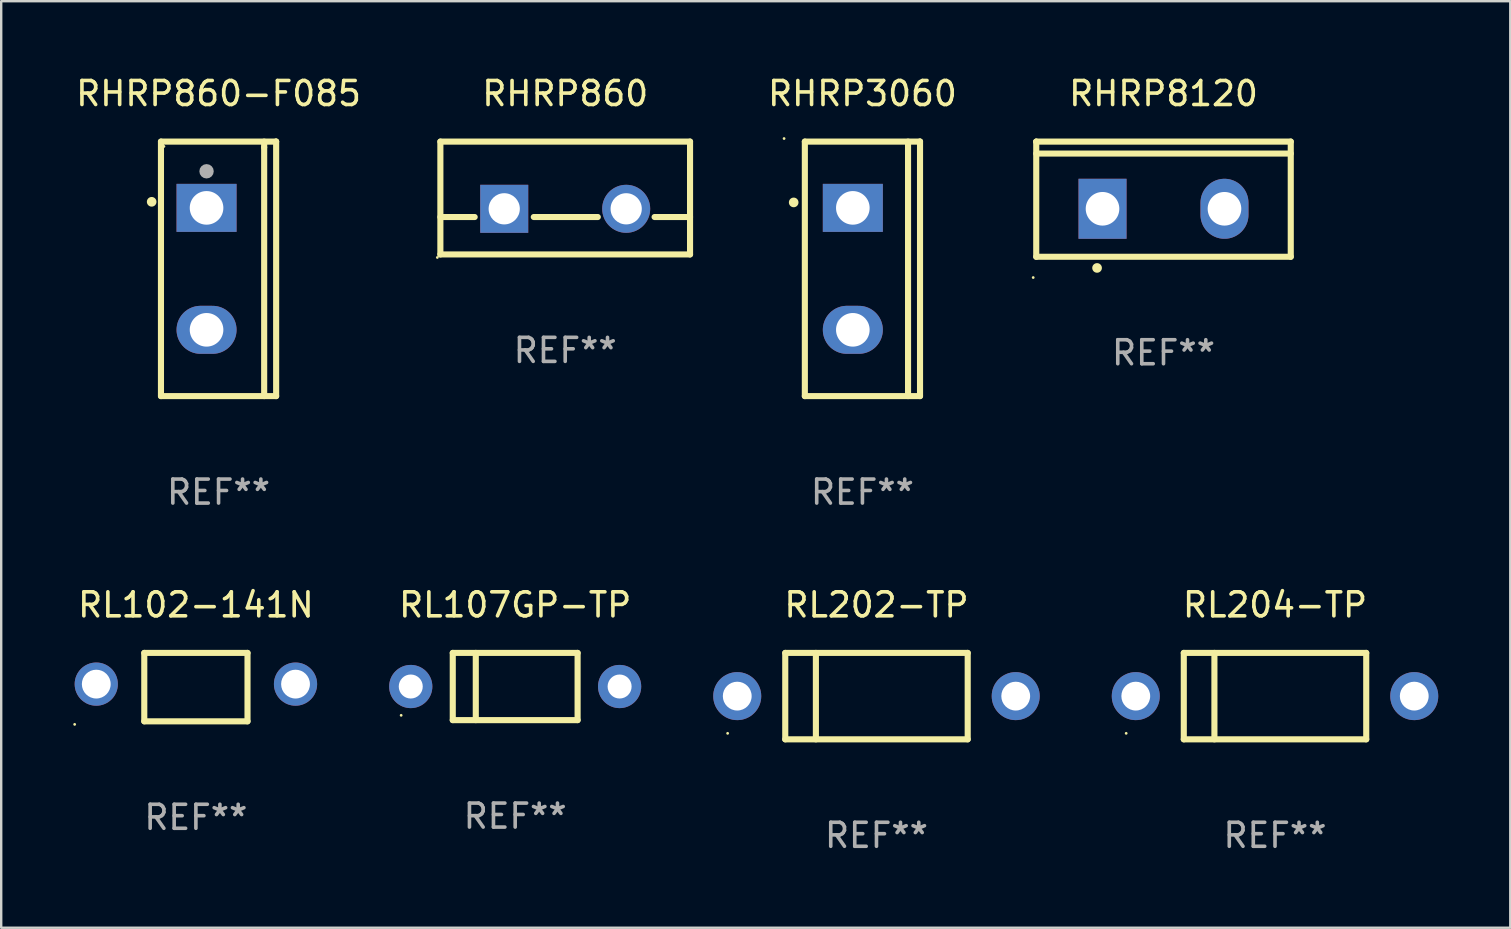
<source format=kicad_pcb>
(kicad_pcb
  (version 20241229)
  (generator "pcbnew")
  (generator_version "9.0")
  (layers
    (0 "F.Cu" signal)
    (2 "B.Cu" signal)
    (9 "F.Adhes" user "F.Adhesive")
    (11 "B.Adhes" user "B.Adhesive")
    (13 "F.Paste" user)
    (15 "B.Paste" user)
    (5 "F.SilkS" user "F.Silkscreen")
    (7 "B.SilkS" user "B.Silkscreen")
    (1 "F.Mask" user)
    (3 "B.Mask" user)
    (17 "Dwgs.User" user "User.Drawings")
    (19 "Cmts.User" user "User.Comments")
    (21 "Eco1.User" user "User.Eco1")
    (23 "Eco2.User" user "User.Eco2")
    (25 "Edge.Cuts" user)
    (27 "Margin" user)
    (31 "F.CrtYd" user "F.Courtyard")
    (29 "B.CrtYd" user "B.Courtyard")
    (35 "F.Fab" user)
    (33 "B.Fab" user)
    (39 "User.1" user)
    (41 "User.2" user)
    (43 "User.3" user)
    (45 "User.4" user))
  (footprint "RHRP860"
    (layer "F.Cu")
    (at 20.494 5.198)
    (property "Reference" "RHRP860" (at 0 -4.35 0) (layer "F.SilkS") (effects (font (size 1 1) (thickness 0.15))))
    (attr through_hole)
    (fp_line (start -5.2 -2.35) (end -5.2 2.35) (stroke (width 0.254) (type solid)) (layer "F.SilkS"))
    (fp_line (start -5.2 -2.35) (end 5.2 -2.35) (stroke (width 0.254) (type solid)) (layer "F.SilkS"))
    (fp_line (start -5.2 0.792) (end -3.771 0.792) (stroke (width 0.254) (type solid)) (layer "F.SilkS"))
    (fp_line (start -5.2 2.35) (end 5.2 2.35) (stroke (width 0.254) (type solid)) (layer "F.SilkS"))
    (fp_line (start -1.309 0.792) (end 1.357 0.792) (stroke (width 0.254) (type solid)) (layer "F.SilkS"))
    (fp_line (start 3.723 0.792) (end 5.2 0.792) (stroke (width 0.254) (type solid)) (layer "F.SilkS"))
    (fp_line (start 5.2 -2.35) (end 5.2 2.35) (stroke (width 0.254) (type solid)) (layer "F.SilkS"))
    (fp_circle (center -5.327 2.477) (end -5.297 2.477) (stroke (width 0.06) (type solid)) (fill no) (layer "F.SilkS"))
    (fp_text user "REF**" (at 0 6.35 0) (layer "F.Fab") (effects (font (size 1 1) (thickness 0.15))))
    (pad "1" thru_hole rect (at -2.54 0.45) (size 2 2) (drill 1.3) (layers "*.Cu" "*.Mask"))
    (pad "2" thru_hole circle (at 2.54 0.45) (size 2 2) (drill 1.3) (layers "*.Cu" "*.Mask")))
  (footprint "RHRP860-F085"
    (layer "F.Cu")
    (at 6.054 8.149)
    (property "Reference" "RHRP860-F085" (at 0 -7.301 0) (layer "F.SilkS") (effects (font (size 1 1) (thickness 0.15))))
    (attr through_hole)
    (fp_line (start -2.399 -5.301) (end 2.394 -5.301) (stroke (width 0.254) (type solid)) (layer "F.SilkS"))
    (fp_line (start -2.399 5.301) (end -2.399 -5.301) (stroke (width 0.254) (type solid)) (layer "F.SilkS"))
    (fp_line (start 1.9 -5.061) (end 1.9 -5.3) (stroke (width 0.254) (type solid)) (layer "F.SilkS"))
    (fp_line (start 1.9 5.3) (end 1.9 -5.061) (stroke (width 0.254) (type solid)) (layer "F.SilkS"))
    (fp_line (start 2.394 -5.301) (end 2.399 -5.301) (stroke (width 0.254) (type solid)) (layer "F.SilkS"))
    (fp_line (start 2.399 -5.301) (end 2.399 5.301) (stroke (width 0.254) (type solid)) (layer "F.SilkS"))
    (fp_line (start 2.399 5.301) (end -2.399 5.301) (stroke (width 0.254) (type solid)) (layer "F.SilkS"))
    (fp_arc (start -2.786043 -2.791466) (mid -2.786047 -2.792736) (end -2.786043 -2.794006) (stroke (width 0.4) (type solid)) (layer "F.SilkS"))
    (fp_circle (center -2.275 -5.1) (end -2.245 -5.1) (stroke (width 0.06) (type solid)) (fill no) (layer "F.SilkS"))
    (fp_circle (center -0.5 -4.064) (end -0.35 -4.064) (stroke (width 0.3) (type solid)) (fill no) (layer "F.Fab"))
    (fp_text user "REF**" (at 0 9.301 0) (layer "F.Fab") (effects (font (size 1 1) (thickness 0.15))))
    (pad "1" thru_hole rect (at -0.5 -2.54 270) (size 2 2.5) (drill 1.4) (layers "*.Cu" "*.Mask"))
    (pad "3" thru_hole oval (at -0.5 2.54 270) (size 2 2.5) (drill 1.4) (layers "*.Cu" "*.Mask")))
  (footprint "RL107GP-TP"
    (layer "F.Cu")
    (at 18.41 25.547)
    (property "Reference" "RL107GP-TP" (at 0 -3.4 0) (layer "F.SilkS") (effects (font (size 1 1) (thickness 0.15))))
    (attr through_hole)
    (fp_line (start -2.6 -1.4) (end -2.6 1.4) (stroke (width 0.254) (type solid)) (layer "F.SilkS"))
    (fp_line (start -2.6 -1.4) (end 2.6 -1.4) (stroke (width 0.254) (type solid)) (layer "F.SilkS"))
    (fp_line (start -2.6 1.4) (end 2.6 1.4) (stroke (width 0.254) (type solid)) (layer "F.SilkS"))
    (fp_line (start -1.641 -1.4) (end -1.641 1.4) (stroke (width 0.254) (type solid)) (layer "F.SilkS"))
    (fp_line (start 2.6 -1.4) (end 2.6 1.4) (stroke (width 0.254) (type solid)) (layer "F.SilkS"))
    (fp_circle (center -4.75 1.2) (end -4.72 1.2) (stroke (width 0.06) (type solid)) (fill no) (layer "F.SilkS"))
    (fp_text user "REF**" (at 0 5.4 0) (layer "F.Fab") (effects (font (size 1 1) (thickness 0.15))))
    (pad "1" thru_hole circle (at -4.35 0) (size 1.8 1.8) (drill 1) (layers "*.Cu" "*.Mask"))
    (pad "2" thru_hole circle (at 4.35 0) (size 1.8 1.8) (drill 1) (layers "*.Cu" "*.Mask")))
  (footprint "RL102-141N"
    (layer "F.Cu")
    (at 5.11 25.572)
    (property "Reference" "RL102-141N" (at 0 -3.425 0) (layer "F.SilkS") (effects (font (size 1 1) (thickness 0.15))))
    (attr through_hole)
    (fp_line (start -2.15 -1.425) (end -2.15 1.425) (stroke (width 0.254) (type solid)) (layer "F.SilkS"))
    (fp_line (start -2.15 -1.425) (end 2.15 -1.425) (stroke (width 0.254) (type solid)) (layer "F.SilkS"))
    (fp_line (start 2.15 -1.425) (end 2.15 1.425) (stroke (width 0.254) (type solid)) (layer "F.SilkS"))
    (fp_line (start 2.15 1.425) (end -2.15 1.425) (stroke (width 0.254) (type solid)) (layer "F.SilkS"))
    (fp_circle (center -5.05 1.552) (end -5.02 1.552) (stroke (width 0.06) (type solid)) (fill no) (layer "F.SilkS"))
    (fp_text user "REF**" (at 0 5.425 0) (layer "F.Fab") (effects (font (size 1 1) (thickness 0.15))))
    (pad "1" thru_hole circle (at -4.15 -0.125) (size 1.8 1.8) (drill 1.2) (layers "*.Cu" "*.Mask"))
    (pad "2" thru_hole circle (at 4.15 -0.125) (size 1.8 1.8) (drill 1.2) (layers "*.Cu" "*.Mask")))
  (footprint "RHRP8120"
    (layer "F.Cu")
    (at 45.416 5.247)
    (property "Reference" "RHRP8120" (at 0 -4.399 0) (layer "F.SilkS") (effects (font (size 1 1) (thickness 0.15))))
    (attr through_hole)
    (fp_line (start -5.301 -2.399) (end 5.301 -2.399) (stroke (width 0.254) (type solid)) (layer "F.SilkS"))
    (fp_line (start -5.301 -2.394) (end -5.301 -2.399) (stroke (width 0.254) (type solid)) (layer "F.SilkS"))
    (fp_line (start -5.301 2.399) (end -5.301 -2.394) (stroke (width 0.254) (type solid)) (layer "F.SilkS"))
    (fp_line (start 5.3 -1.9) (end -5.3 -1.9) (stroke (width 0.254) (type solid)) (layer "F.SilkS"))
    (fp_line (start 5.301 -2.399) (end 5.301 2.399) (stroke (width 0.254) (type solid)) (layer "F.SilkS"))
    (fp_line (start 5.301 2.399) (end -5.301 2.399) (stroke (width 0.254) (type solid)) (layer "F.SilkS"))
    (fp_arc (start -2.768606 2.863843) (mid -2.767336 2.863839) (end -2.766066 2.863843) (stroke (width 0.4) (type solid)) (layer "F.SilkS"))
    (fp_circle (center -5.428 3.264) (end -5.398 3.264) (stroke (width 0.06) (type solid)) (fill no) (layer "F.SilkS"))
    (fp_text user "REF**" (at 0 6.399 0) (layer "F.Fab") (effects (font (size 1 1) (thickness 0.15))))
    (pad "1" thru_hole rect (at -2.54 0.4) (size 2 2.5) (drill 1.4) (layers "*.Cu" "*.Mask"))
    (pad "2" thru_hole oval (at 2.54 0.4) (size 2 2.5) (drill 1.4) (layers "*.Cu" "*.Mask")))
  (footprint "RL204-TP"
    (layer "F.Cu")
    (at 50.061 25.947)
    (property "Reference" "RL204-TP" (at 0 -3.8 0) (layer "F.SilkS") (effects (font (size 1 1) (thickness 0.15))))
    (attr through_hole)
    (fp_line (start -3.8 -1.8) (end -3.8 1.8) (stroke (width 0.254) (type solid)) (layer "F.SilkS"))
    (fp_line (start -3.8 -1.8) (end 3.8 -1.8) (stroke (width 0.254) (type solid)) (layer "F.SilkS"))
    (fp_line (start -3.8 1.8) (end 3.8 1.8) (stroke (width 0.254) (type solid)) (layer "F.SilkS"))
    (fp_line (start -2.524 -1.8) (end -2.524 1.8) (stroke (width 0.254) (type solid)) (layer "F.SilkS"))
    (fp_line (start 3.8 -1.8) (end 3.8 1.8) (stroke (width 0.254) (type solid)) (layer "F.SilkS"))
    (fp_circle (center -6.2 1.55) (end -6.17 1.55) (stroke (width 0.06) (type solid)) (fill no) (layer "F.SilkS"))
    (fp_text user "REF**" (at 0 5.8 0) (layer "F.Fab") (effects (font (size 1 1) (thickness 0.15))))
    (pad "1" thru_hole circle (at -5.8 0) (size 2 2) (drill 1.2) (layers "*.Cu" "*.Mask"))
    (pad "2" thru_hole circle (at 5.8 0) (size 2 2) (drill 1.2) (layers "*.Cu" "*.Mask")))
  (footprint "RL202-TP"
    (layer "F.Cu")
    (at 33.46 25.947)
    (property "Reference" "RL202-TP" (at 0 -3.8 0) (layer "F.SilkS") (effects (font (size 1 1) (thickness 0.15))))
    (attr through_hole)
    (fp_line (start -3.8 -1.8) (end -3.8 1.8) (stroke (width 0.254) (type solid)) (layer "F.SilkS"))
    (fp_line (start -3.8 -1.8) (end 3.8 -1.8) (stroke (width 0.254) (type solid)) (layer "F.SilkS"))
    (fp_line (start -3.8 1.8) (end 3.8 1.8) (stroke (width 0.254) (type solid)) (layer "F.SilkS"))
    (fp_line (start -2.524 -1.8) (end -2.524 1.8) (stroke (width 0.254) (type solid)) (layer "F.SilkS"))
    (fp_line (start 3.8 -1.8) (end 3.8 1.8) (stroke (width 0.254) (type solid)) (layer "F.SilkS"))
    (fp_circle (center -6.2 1.55) (end -6.17 1.55) (stroke (width 0.06) (type solid)) (fill no) (layer "F.SilkS"))
    (fp_text user "REF**" (at 0 5.8 0) (layer "F.Fab") (effects (font (size 1 1) (thickness 0.15))))
    (pad "1" thru_hole circle (at -5.8 0) (size 2 2) (drill 1.2) (layers "*.Cu" "*.Mask"))
    (pad "2" thru_hole circle (at 5.8 0) (size 2 2) (drill 1.2) (layers "*.Cu" "*.Mask")))
  (footprint "RHRP3060"
    (layer "F.Cu")
    (at 32.875 8.149)
    (property "Reference" "RHRP3060" (at 0 -7.301 0) (layer "F.SilkS") (effects (font (size 1 1) (thickness 0.15))))
    (attr through_hole)
    (fp_line (start -2.399 -5.301) (end 2.394 -5.301) (stroke (width 0.254) (type solid)) (layer "F.SilkS"))
    (fp_line (start -2.399 5.301) (end -2.399 -5.301) (stroke (width 0.254) (type solid)) (layer "F.SilkS"))
    (fp_line (start 1.9 5.3) (end 1.9 -5.3) (stroke (width 0.254) (type solid)) (layer "F.SilkS"))
    (fp_line (start 2.394 -5.301) (end 2.399 -5.301) (stroke (width 0.254) (type solid)) (layer "F.SilkS"))
    (fp_line (start 2.399 -5.301) (end 2.399 5.301) (stroke (width 0.254) (type solid)) (layer "F.SilkS"))
    (fp_line (start 2.399 5.301) (end -2.399 5.301) (stroke (width 0.254) (type solid)) (layer "F.SilkS"))
    (fp_arc (start -2.863843 -2.766066) (mid -2.863847 -2.767336) (end -2.863843 -2.768606) (stroke (width 0.4) (type solid)) (layer "F.SilkS"))
    (fp_circle (center -3.264 -5.428) (end -3.234 -5.428) (stroke (width 0.06) (type solid)) (fill no) (layer "F.SilkS"))
    (fp_text user "REF**" (at 0 9.301 0) (layer "F.Fab") (effects (font (size 1 1) (thickness 0.15))))
    (pad "1" thru_hole rect (at -0.4 -2.54 270) (size 2 2.5) (drill 1.4) (layers "*.Cu" "*.Mask"))
    (pad "2" thru_hole oval (at -0.4 2.54 270) (size 2 2.5) (drill 1.4) (layers "*.Cu" "*.Mask")))
  (gr_rect
    (start -3 -3)
    (end 59.861 35.595)
    (stroke (width 0.1) (type default))
    (fill no)
    (layer "Edge.Cuts")))
</source>
